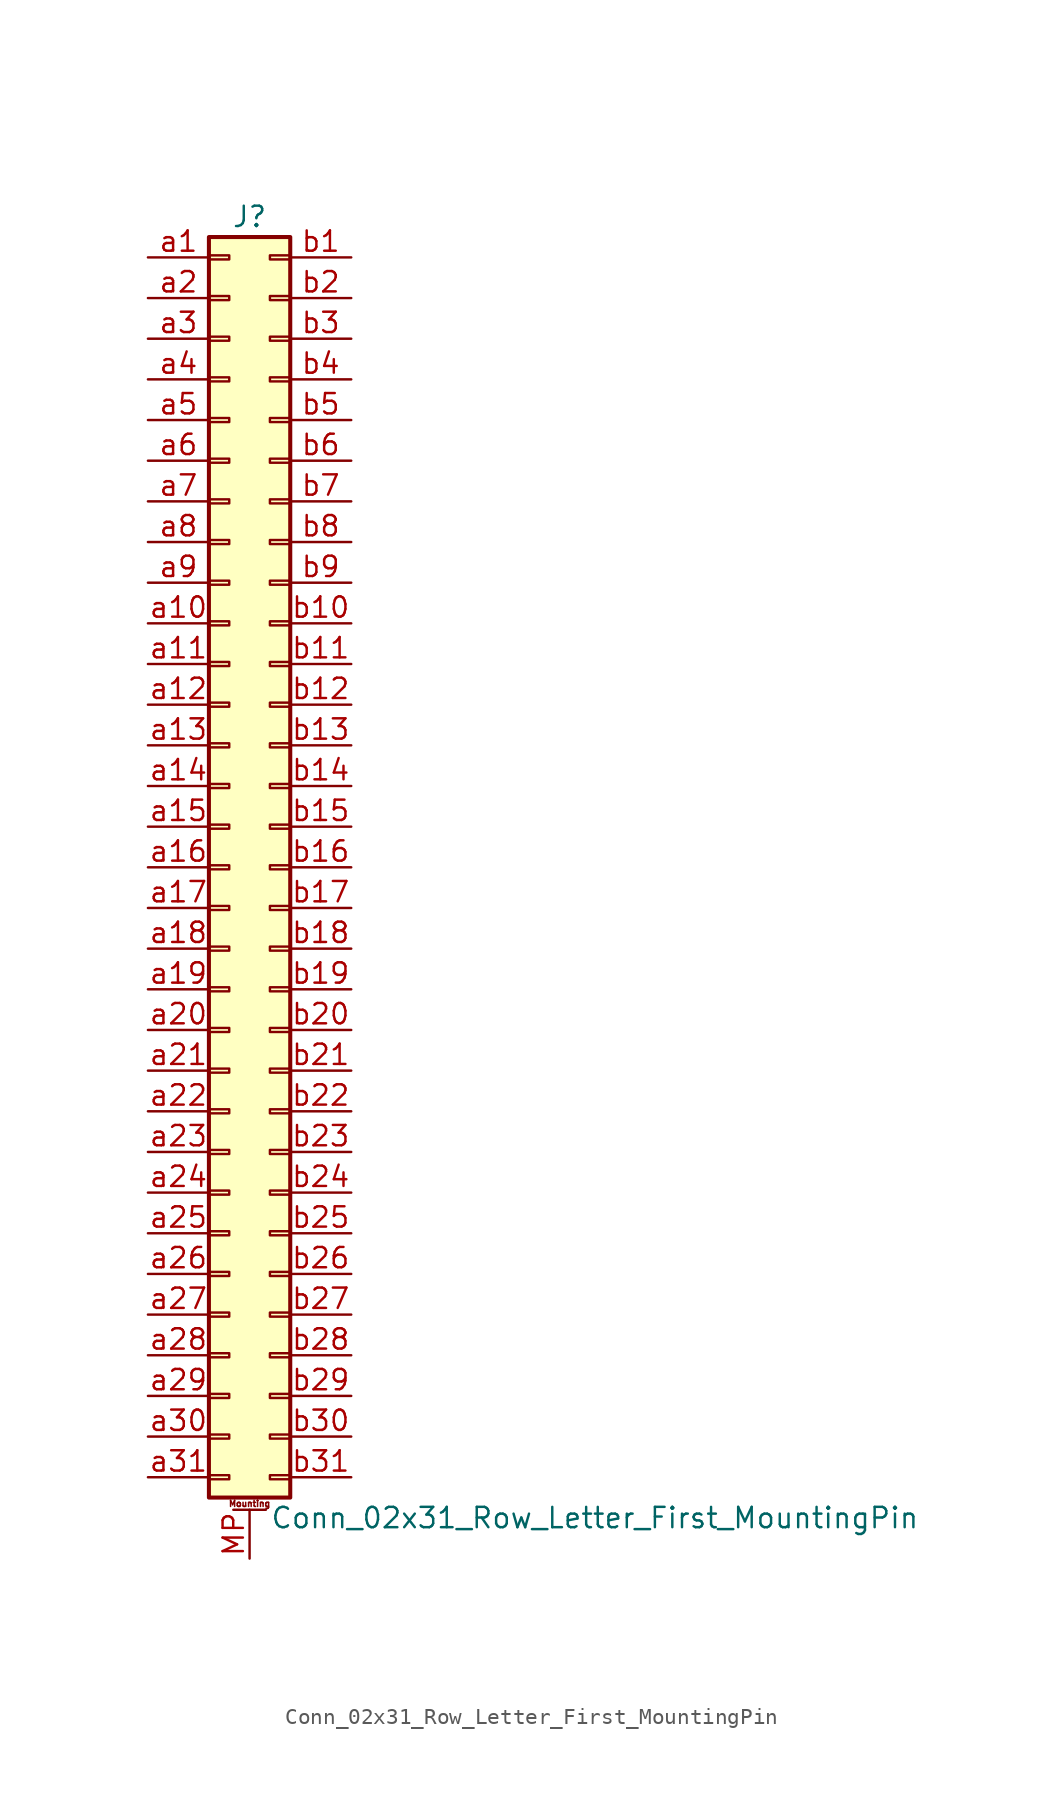
<source format=kicad_sym>
(kicad_symbol_lib
  (version 20211014)
  (generator kicad_symbol_editor)
  (symbol "Conn_02x31_Row_Letter_First_MountingPin"
    (pin_names
      (offset 1.016) hide)
    (property "Reference" "J"
      (at 1.27 40.64 0)
      (effects (font (size 1.27 1.27))))
    (property "Value" "Conn_02x31_Row_Letter_First_MountingPin"
      (at 2.54 -40.64 0)
      (effects (font (size 1.27 1.27)) (justify left)))
    (symbol "Conn_02x31_Row_Letter_First_MountingPin_1_1"
      (rectangle (start -1.27 -37.973) (end 0 -38.227) (stroke (width 0.152) (type default) (color 0 0 0 0)) (fill (type none)))
      (rectangle (start -1.27 -35.433) (end 0 -35.687) (stroke (width 0.152) (type default) (color 0 0 0 0)) (fill (type none)))
      (rectangle (start -1.27 -32.893) (end 0 -33.147) (stroke (width 0.152) (type default) (color 0 0 0 0)) (fill (type none)))
      (rectangle (start -1.27 -30.353) (end 0 -30.607) (stroke (width 0.152) (type default) (color 0 0 0 0)) (fill (type none)))
      (rectangle (start -1.27 -27.813) (end 0 -28.067) (stroke (width 0.152) (type default) (color 0 0 0 0)) (fill (type none)))
      (rectangle (start -1.27 -25.273) (end 0 -25.527) (stroke (width 0.152) (type default) (color 0 0 0 0)) (fill (type none)))
      (rectangle (start -1.27 -22.733) (end 0 -22.987) (stroke (width 0.152) (type default) (color 0 0 0 0)) (fill (type none)))
      (rectangle (start -1.27 -20.193) (end 0 -20.447) (stroke (width 0.152) (type default) (color 0 0 0 0)) (fill (type none)))
      (rectangle (start -1.27 -17.653) (end 0 -17.907) (stroke (width 0.152) (type default) (color 0 0 0 0)) (fill (type none)))
      (rectangle (start -1.27 -15.113) (end 0 -15.367) (stroke (width 0.152) (type default) (color 0 0 0 0)) (fill (type none)))
      (rectangle (start -1.27 -12.573) (end 0 -12.827) (stroke (width 0.152) (type default) (color 0 0 0 0)) (fill (type none)))
      (rectangle (start -1.27 -10.033) (end 0 -10.287) (stroke (width 0.152) (type default) (color 0 0 0 0)) (fill (type none)))
      (rectangle (start -1.27 -7.493) (end 0 -7.747) (stroke (width 0.152) (type default) (color 0 0 0 0)) (fill (type none)))
      (rectangle (start -1.27 -4.953) (end 0 -5.207) (stroke (width 0.152) (type default) (color 0 0 0 0)) (fill (type none)))
      (rectangle (start -1.27 -2.413) (end 0 -2.667) (stroke (width 0.152) (type default) (color 0 0 0 0)) (fill (type none)))
      (rectangle (start -1.27 0.127) (end 0 -0.127) (stroke (width 0.152) (type default) (color 0 0 0 0)) (fill (type none)))
      (rectangle (start -1.27 2.667) (end 0 2.413) (stroke (width 0.152) (type default) (color 0 0 0 0)) (fill (type none)))
      (rectangle (start -1.27 5.207) (end 0 4.953) (stroke (width 0.152) (type default) (color 0 0 0 0)) (fill (type none)))
      (rectangle (start -1.27 7.747) (end 0 7.493) (stroke (width 0.152) (type default) (color 0 0 0 0)) (fill (type none)))
      (rectangle (start -1.27 10.287) (end 0 10.033) (stroke (width 0.152) (type default) (color 0 0 0 0)) (fill (type none)))
      (rectangle (start -1.27 12.827) (end 0 12.573) (stroke (width 0.152) (type default) (color 0 0 0 0)) (fill (type none)))
      (rectangle (start -1.27 15.367) (end 0 15.113) (stroke (width 0.152) (type default) (color 0 0 0 0)) (fill (type none)))
      (rectangle (start -1.27 17.907) (end 0 17.653) (stroke (width 0.152) (type default) (color 0 0 0 0)) (fill (type none)))
      (rectangle (start -1.27 20.447) (end 0 20.193) (stroke (width 0.152) (type default) (color 0 0 0 0)) (fill (type none)))
      (rectangle (start -1.27 22.987) (end 0 22.733) (stroke (width 0.152) (type default) (color 0 0 0 0)) (fill (type none)))
      (rectangle (start -1.27 25.527) (end 0 25.273) (stroke (width 0.152) (type default) (color 0 0 0 0)) (fill (type none)))
      (rectangle (start -1.27 28.067) (end 0 27.813) (stroke (width 0.152) (type default) (color 0 0 0 0)) (fill (type none)))
      (rectangle (start -1.27 30.607) (end 0 30.353) (stroke (width 0.152) (type default) (color 0 0 0 0)) (fill (type none)))
      (rectangle (start -1.27 33.147) (end 0 32.893) (stroke (width 0.152) (type default) (color 0 0 0 0)) (fill (type none)))
      (rectangle (start -1.27 35.687) (end 0 35.433) (stroke (width 0.152) (type default) (color 0 0 0 0)) (fill (type none)))
      (rectangle (start -1.27 38.227) (end 0 37.973) (stroke (width 0.152) (type default) (color 0 0 0 0)) (fill (type none)))
      (rectangle (start -1.27 39.37) (end 3.81 -39.37) (stroke (width 0.254) (type default) (color 0 0 0 0)) (fill (type background)))
      (polyline (pts (xy 0.254 -40.132) (xy 2.286 -40.132)) (stroke (width 0.152) (type default) (color 0 0 0 0)) (fill (type none)))
      (rectangle (start 3.81 -37.973) (end 2.54 -38.227) (stroke (width 0.152) (type default) (color 0 0 0 0)) (fill (type none)))
      (rectangle (start 3.81 -35.433) (end 2.54 -35.687) (stroke (width 0.152) (type default) (color 0 0 0 0)) (fill (type none)))
      (rectangle (start 3.81 -32.893) (end 2.54 -33.147) (stroke (width 0.152) (type default) (color 0 0 0 0)) (fill (type none)))
      (rectangle (start 3.81 -30.353) (end 2.54 -30.607) (stroke (width 0.152) (type default) (color 0 0 0 0)) (fill (type none)))
      (rectangle (start 3.81 -27.813) (end 2.54 -28.067) (stroke (width 0.152) (type default) (color 0 0 0 0)) (fill (type none)))
      (rectangle (start 3.81 -25.273) (end 2.54 -25.527) (stroke (width 0.152) (type default) (color 0 0 0 0)) (fill (type none)))
      (rectangle (start 3.81 -22.733) (end 2.54 -22.987) (stroke (width 0.152) (type default) (color 0 0 0 0)) (fill (type none)))
      (rectangle (start 3.81 -20.193) (end 2.54 -20.447) (stroke (width 0.152) (type default) (color 0 0 0 0)) (fill (type none)))
      (rectangle (start 3.81 -17.653) (end 2.54 -17.907) (stroke (width 0.152) (type default) (color 0 0 0 0)) (fill (type none)))
      (rectangle (start 3.81 -15.113) (end 2.54 -15.367) (stroke (width 0.152) (type default) (color 0 0 0 0)) (fill (type none)))
      (rectangle (start 3.81 -12.573) (end 2.54 -12.827) (stroke (width 0.152) (type default) (color 0 0 0 0)) (fill (type none)))
      (rectangle (start 3.81 -10.033) (end 2.54 -10.287) (stroke (width 0.152) (type default) (color 0 0 0 0)) (fill (type none)))
      (rectangle (start 3.81 -7.493) (end 2.54 -7.747) (stroke (width 0.152) (type default) (color 0 0 0 0)) (fill (type none)))
      (rectangle (start 3.81 -4.953) (end 2.54 -5.207) (stroke (width 0.152) (type default) (color 0 0 0 0)) (fill (type none)))
      (rectangle (start 3.81 -2.413) (end 2.54 -2.667) (stroke (width 0.152) (type default) (color 0 0 0 0)) (fill (type none)))
      (rectangle (start 3.81 0.127) (end 2.54 -0.127) (stroke (width 0.152) (type default) (color 0 0 0 0)) (fill (type none)))
      (rectangle (start 3.81 2.667) (end 2.54 2.413) (stroke (width 0.152) (type default) (color 0 0 0 0)) (fill (type none)))
      (rectangle (start 3.81 5.207) (end 2.54 4.953) (stroke (width 0.152) (type default) (color 0 0 0 0)) (fill (type none)))
      (rectangle (start 3.81 7.747) (end 2.54 7.493) (stroke (width 0.152) (type default) (color 0 0 0 0)) (fill (type none)))
      (rectangle (start 3.81 10.287) (end 2.54 10.033) (stroke (width 0.152) (type default) (color 0 0 0 0)) (fill (type none)))
      (rectangle (start 3.81 12.827) (end 2.54 12.573) (stroke (width 0.152) (type default) (color 0 0 0 0)) (fill (type none)))
      (rectangle (start 3.81 15.367) (end 2.54 15.113) (stroke (width 0.152) (type default) (color 0 0 0 0)) (fill (type none)))
      (rectangle (start 3.81 17.907) (end 2.54 17.653) (stroke (width 0.152) (type default) (color 0 0 0 0)) (fill (type none)))
      (rectangle (start 3.81 20.447) (end 2.54 20.193) (stroke (width 0.152) (type default) (color 0 0 0 0)) (fill (type none)))
      (rectangle (start 3.81 22.987) (end 2.54 22.733) (stroke (width 0.152) (type default) (color 0 0 0 0)) (fill (type none)))
      (rectangle (start 3.81 25.527) (end 2.54 25.273) (stroke (width 0.152) (type default) (color 0 0 0 0)) (fill (type none)))
      (rectangle (start 3.81 28.067) (end 2.54 27.813) (stroke (width 0.152) (type default) (color 0 0 0 0)) (fill (type none)))
      (rectangle (start 3.81 30.607) (end 2.54 30.353) (stroke (width 0.152) (type default) (color 0 0 0 0)) (fill (type none)))
      (rectangle (start 3.81 33.147) (end 2.54 32.893) (stroke (width 0.152) (type default) (color 0 0 0 0)) (fill (type none)))
      (rectangle (start 3.81 35.687) (end 2.54 35.433) (stroke (width 0.152) (type default) (color 0 0 0 0)) (fill (type none)))
      (rectangle (start 3.81 38.227) (end 2.54 37.973) (stroke (width 0.152) (type default) (color 0 0 0 0)) (fill (type none)))
      (text "Mounting" (at 1.27 -39.751 0) (effects (font (size 0.381 0.381))))
      (pin passive line (at 1.27 -43.18 90) (length 3.048) (name "MountPin" (effects (font (size 1.27 1.27)))) (number "MP" (effects (font (size 1.27 1.27)))))
      (pin passive line (at -5.08 38.1 0) (length 3.81) (name "Pin_a1" (effects (font (size 1.27 1.27)))) (number "a1" (effects (font (size 1.27 1.27)))))
      (pin passive line (at -5.08 15.24 0) (length 3.81) (name "Pin_a10" (effects (font (size 1.27 1.27)))) (number "a10" (effects (font (size 1.27 1.27)))))
      (pin passive line (at -5.08 12.7 0) (length 3.81) (name "Pin_a11" (effects (font (size 1.27 1.27)))) (number "a11" (effects (font (size 1.27 1.27)))))
      (pin passive line (at -5.08 10.16 0) (length 3.81) (name "Pin_a12" (effects (font (size 1.27 1.27)))) (number "a12" (effects (font (size 1.27 1.27)))))
      (pin passive line (at -5.08 7.62 0) (length 3.81) (name "Pin_a13" (effects (font (size 1.27 1.27)))) (number "a13" (effects (font (size 1.27 1.27)))))
      (pin passive line (at -5.08 5.08 0) (length 3.81) (name "Pin_a14" (effects (font (size 1.27 1.27)))) (number "a14" (effects (font (size 1.27 1.27)))))
      (pin passive line (at -5.08 2.54 0) (length 3.81) (name "Pin_a15" (effects (font (size 1.27 1.27)))) (number "a15" (effects (font (size 1.27 1.27)))))
      (pin passive line (at -5.08 0 0) (length 3.81) (name "Pin_a16" (effects (font (size 1.27 1.27)))) (number "a16" (effects (font (size 1.27 1.27)))))
      (pin passive line (at -5.08 -2.54 0) (length 3.81) (name "Pin_a17" (effects (font (size 1.27 1.27)))) (number "a17" (effects (font (size 1.27 1.27)))))
      (pin passive line (at -5.08 -5.08 0) (length 3.81) (name "Pin_a18" (effects (font (size 1.27 1.27)))) (number "a18" (effects (font (size 1.27 1.27)))))
      (pin passive line (at -5.08 -7.62 0) (length 3.81) (name "Pin_a19" (effects (font (size 1.27 1.27)))) (number "a19" (effects (font (size 1.27 1.27)))))
      (pin passive line (at -5.08 35.56 0) (length 3.81) (name "Pin_a2" (effects (font (size 1.27 1.27)))) (number "a2" (effects (font (size 1.27 1.27)))))
      (pin passive line (at -5.08 -10.16 0) (length 3.81) (name "Pin_a20" (effects (font (size 1.27 1.27)))) (number "a20" (effects (font (size 1.27 1.27)))))
      (pin passive line (at -5.08 -12.7 0) (length 3.81) (name "Pin_a21" (effects (font (size 1.27 1.27)))) (number "a21" (effects (font (size 1.27 1.27)))))
      (pin passive line (at -5.08 -15.24 0) (length 3.81) (name "Pin_a22" (effects (font (size 1.27 1.27)))) (number "a22" (effects (font (size 1.27 1.27)))))
      (pin passive line (at -5.08 -17.78 0) (length 3.81) (name "Pin_a23" (effects (font (size 1.27 1.27)))) (number "a23" (effects (font (size 1.27 1.27)))))
      (pin passive line (at -5.08 -20.32 0) (length 3.81) (name "Pin_a24" (effects (font (size 1.27 1.27)))) (number "a24" (effects (font (size 1.27 1.27)))))
      (pin passive line (at -5.08 -22.86 0) (length 3.81) (name "Pin_a25" (effects (font (size 1.27 1.27)))) (number "a25" (effects (font (size 1.27 1.27)))))
      (pin passive line (at -5.08 -25.4 0) (length 3.81) (name "Pin_a26" (effects (font (size 1.27 1.27)))) (number "a26" (effects (font (size 1.27 1.27)))))
      (pin passive line (at -5.08 -27.94 0) (length 3.81) (name "Pin_a27" (effects (font (size 1.27 1.27)))) (number "a27" (effects (font (size 1.27 1.27)))))
      (pin passive line (at -5.08 -30.48 0) (length 3.81) (name "Pin_a28" (effects (font (size 1.27 1.27)))) (number "a28" (effects (font (size 1.27 1.27)))))
      (pin passive line (at -5.08 -33.02 0) (length 3.81) (name "Pin_a29" (effects (font (size 1.27 1.27)))) (number "a29" (effects (font (size 1.27 1.27)))))
      (pin passive line (at -5.08 33.02 0) (length 3.81) (name "Pin_a3" (effects (font (size 1.27 1.27)))) (number "a3" (effects (font (size 1.27 1.27)))))
      (pin passive line (at -5.08 -35.56 0) (length 3.81) (name "Pin_a30" (effects (font (size 1.27 1.27)))) (number "a30" (effects (font (size 1.27 1.27)))))
      (pin passive line (at -5.08 -38.1 0) (length 3.81) (name "Pin_a31" (effects (font (size 1.27 1.27)))) (number "a31" (effects (font (size 1.27 1.27)))))
      (pin passive line (at -5.08 30.48 0) (length 3.81) (name "Pin_a4" (effects (font (size 1.27 1.27)))) (number "a4" (effects (font (size 1.27 1.27)))))
      (pin passive line (at -5.08 27.94 0) (length 3.81) (name "Pin_a5" (effects (font (size 1.27 1.27)))) (number "a5" (effects (font (size 1.27 1.27)))))
      (pin passive line (at -5.08 25.4 0) (length 3.81) (name "Pin_a6" (effects (font (size 1.27 1.27)))) (number "a6" (effects (font (size 1.27 1.27)))))
      (pin passive line (at -5.08 22.86 0) (length 3.81) (name "Pin_a7" (effects (font (size 1.27 1.27)))) (number "a7" (effects (font (size 1.27 1.27)))))
      (pin passive line (at -5.08 20.32 0) (length 3.81) (name "Pin_a8" (effects (font (size 1.27 1.27)))) (number "a8" (effects (font (size 1.27 1.27)))))
      (pin passive line (at -5.08 17.78 0) (length 3.81) (name "Pin_a9" (effects (font (size 1.27 1.27)))) (number "a9" (effects (font (size 1.27 1.27)))))
      (pin passive line (at 7.62 38.1 180) (length 3.81) (name "Pin_b1" (effects (font (size 1.27 1.27)))) (number "b1" (effects (font (size 1.27 1.27)))))
      (pin passive line (at 7.62 15.24 180) (length 3.81) (name "Pin_b10" (effects (font (size 1.27 1.27)))) (number "b10" (effects (font (size 1.27 1.27)))))
      (pin passive line (at 7.62 12.7 180) (length 3.81) (name "Pin_b11" (effects (font (size 1.27 1.27)))) (number "b11" (effects (font (size 1.27 1.27)))))
      (pin passive line (at 7.62 10.16 180) (length 3.81) (name "Pin_b12" (effects (font (size 1.27 1.27)))) (number "b12" (effects (font (size 1.27 1.27)))))
      (pin passive line (at 7.62 7.62 180) (length 3.81) (name "Pin_b13" (effects (font (size 1.27 1.27)))) (number "b13" (effects (font (size 1.27 1.27)))))
      (pin passive line (at 7.62 5.08 180) (length 3.81) (name "Pin_b14" (effects (font (size 1.27 1.27)))) (number "b14" (effects (font (size 1.27 1.27)))))
      (pin passive line (at 7.62 2.54 180) (length 3.81) (name "Pin_b15" (effects (font (size 1.27 1.27)))) (number "b15" (effects (font (size 1.27 1.27)))))
      (pin passive line (at 7.62 0 180) (length 3.81) (name "Pin_b16" (effects (font (size 1.27 1.27)))) (number "b16" (effects (font (size 1.27 1.27)))))
      (pin passive line (at 7.62 -2.54 180) (length 3.81) (name "Pin_b17" (effects (font (size 1.27 1.27)))) (number "b17" (effects (font (size 1.27 1.27)))))
      (pin passive line (at 7.62 -5.08 180) (length 3.81) (name "Pin_b18" (effects (font (size 1.27 1.27)))) (number "b18" (effects (font (size 1.27 1.27)))))
      (pin passive line (at 7.62 -7.62 180) (length 3.81) (name "Pin_b19" (effects (font (size 1.27 1.27)))) (number "b19" (effects (font (size 1.27 1.27)))))
      (pin passive line (at 7.62 35.56 180) (length 3.81) (name "Pin_b2" (effects (font (size 1.27 1.27)))) (number "b2" (effects (font (size 1.27 1.27)))))
      (pin passive line (at 7.62 -10.16 180) (length 3.81) (name "Pin_b20" (effects (font (size 1.27 1.27)))) (number "b20" (effects (font (size 1.27 1.27)))))
      (pin passive line (at 7.62 -12.7 180) (length 3.81) (name "Pin_b21" (effects (font (size 1.27 1.27)))) (number "b21" (effects (font (size 1.27 1.27)))))
      (pin passive line (at 7.62 -15.24 180) (length 3.81) (name "Pin_b22" (effects (font (size 1.27 1.27)))) (number "b22" (effects (font (size 1.27 1.27)))))
      (pin passive line (at 7.62 -17.78 180) (length 3.81) (name "Pin_b23" (effects (font (size 1.27 1.27)))) (number "b23" (effects (font (size 1.27 1.27)))))
      (pin passive line (at 7.62 -20.32 180) (length 3.81) (name "Pin_b24" (effects (font (size 1.27 1.27)))) (number "b24" (effects (font (size 1.27 1.27)))))
      (pin passive line (at 7.62 -22.86 180) (length 3.81) (name "Pin_b25" (effects (font (size 1.27 1.27)))) (number "b25" (effects (font (size 1.27 1.27)))))
      (pin passive line (at 7.62 -25.4 180) (length 3.81) (name "Pin_b26" (effects (font (size 1.27 1.27)))) (number "b26" (effects (font (size 1.27 1.27)))))
      (pin passive line (at 7.62 -27.94 180) (length 3.81) (name "Pin_b27" (effects (font (size 1.27 1.27)))) (number "b27" (effects (font (size 1.27 1.27)))))
      (pin passive line (at 7.62 -30.48 180) (length 3.81) (name "Pin_b28" (effects (font (size 1.27 1.27)))) (number "b28" (effects (font (size 1.27 1.27)))))
      (pin passive line (at 7.62 -33.02 180) (length 3.81) (name "Pin_b29" (effects (font (size 1.27 1.27)))) (number "b29" (effects (font (size 1.27 1.27)))))
      (pin passive line (at 7.62 33.02 180) (length 3.81) (name "Pin_b3" (effects (font (size 1.27 1.27)))) (number "b3" (effects (font (size 1.27 1.27)))))
      (pin passive line (at 7.62 -35.56 180) (length 3.81) (name "Pin_b30" (effects (font (size 1.27 1.27)))) (number "b30" (effects (font (size 1.27 1.27)))))
      (pin passive line (at 7.62 -38.1 180) (length 3.81) (name "Pin_b31" (effects (font (size 1.27 1.27)))) (number "b31" (effects (font (size 1.27 1.27)))))
      (pin passive line (at 7.62 30.48 180) (length 3.81) (name "Pin_b4" (effects (font (size 1.27 1.27)))) (number "b4" (effects (font (size 1.27 1.27)))))
      (pin passive line (at 7.62 27.94 180) (length 3.81) (name "Pin_b5" (effects (font (size 1.27 1.27)))) (number "b5" (effects (font (size 1.27 1.27)))))
      (pin passive line (at 7.62 25.4 180) (length 3.81) (name "Pin_b6" (effects (font (size 1.27 1.27)))) (number "b6" (effects (font (size 1.27 1.27)))))
      (pin passive line (at 7.62 22.86 180) (length 3.81) (name "Pin_b7" (effects (font (size 1.27 1.27)))) (number "b7" (effects (font (size 1.27 1.27)))))
      (pin passive line (at 7.62 20.32 180) (length 3.81) (name "Pin_b8" (effects (font (size 1.27 1.27)))) (number "b8" (effects (font (size 1.27 1.27)))))
      (pin passive line (at 7.62 17.78 180) (length 3.81) (name "Pin_b9" (effects (font (size 1.27 1.27)))) (number "b9" (effects (font (size 1.27 1.27))))))))
</source>
